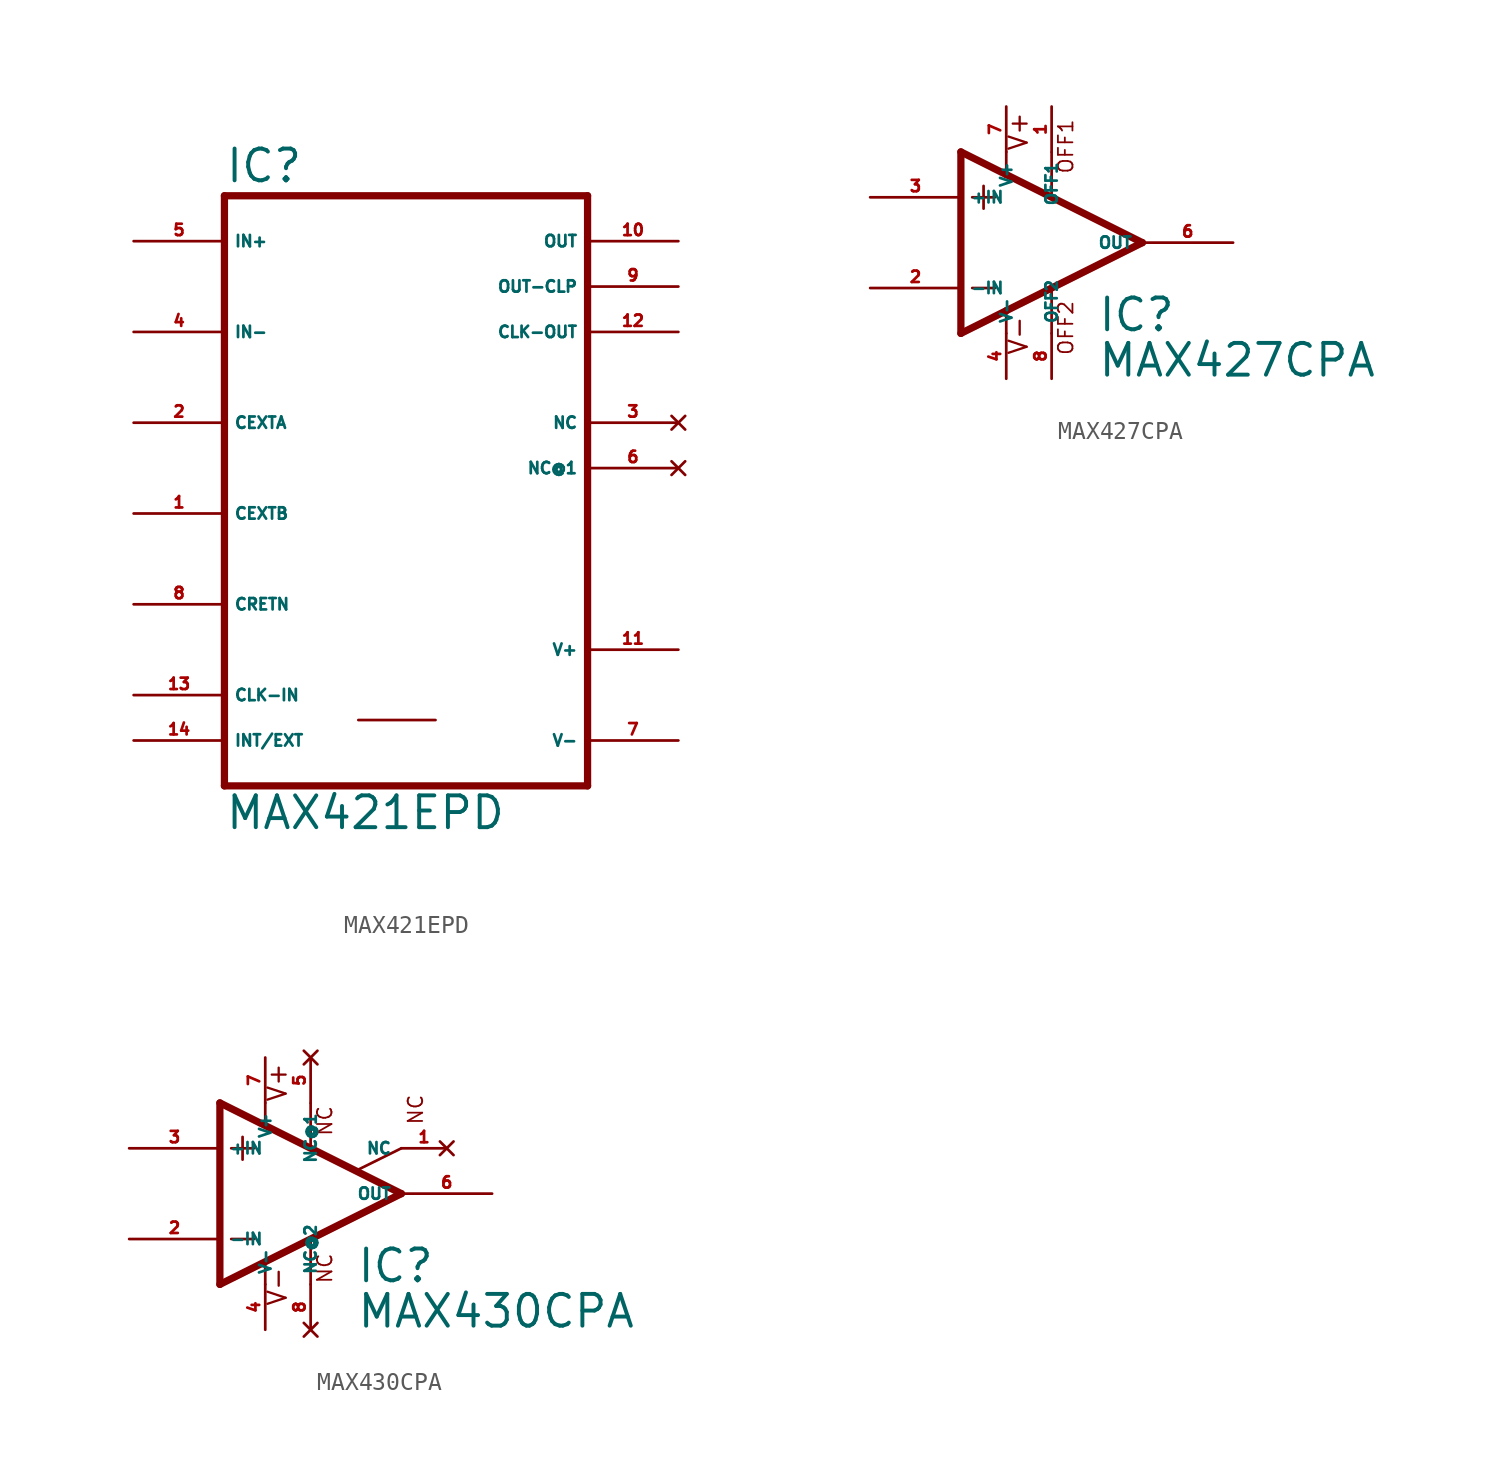
<source format=kicad_sym>
(kicad_symbol_lib
  (version 20220914)
  (generator Eagle2Kicad)
  (symbol "MAX421EPD"
    (property "Reference" "IC"
      (at -10.16 18.415 0)
      (effects (font (size 1.778 1.778) (thickness 0.22)) (justify left bottom)))
    (property "Value" "MAX421EPD"
      (at -10.16 -17.78 0)
      (effects (font (size 1.778 1.778) (thickness 0.22)) (justify left bottom)))
    (polyline
      (pts (xy -10.16 -15.24) (xy 10.16 -15.24))
      (stroke (width 0.406) (type default))
      (fill (type none)))
    (polyline
      (pts (xy 10.16 17.78) (xy 10.16 -15.24))
      (stroke (width 0.406) (type default))
      (fill (type none)))
    (polyline
      (pts (xy 10.16 17.78) (xy -10.16 17.78))
      (stroke (width 0.406) (type default))
      (fill (type none)))
    (polyline
      (pts (xy -10.16 -15.24) (xy -10.16 17.78))
      (stroke (width 0.406) (type default))
      (fill (type none)))
    (polyline
      (pts (xy -2.667 -11.557) (xy 1.651 -11.557))
      (stroke (width 0.152) (type default))
      (fill (type none)))
    (pin input line
      (at -15.24 15.24 0)
      (length 5.08)
      (name "IN+" (effects (font (size 0.635 0.635) (thickness 0.08)) (justify left bottom)))
      (number "5" (effects (font (size 0.635 0.635) (thickness 0.08)) (justify left bottom))))
    (pin input line
      (at -15.24 10.16 0)
      (length 5.08)
      (name "IN-" (effects (font (size 0.635 0.635) (thickness 0.08)) (justify left bottom)))
      (number "4" (effects (font (size 0.635 0.635) (thickness 0.08)) (justify left bottom))))
    (pin passive line
      (at -15.24 5.08 0)
      (length 5.08)
      (name "CEXTA" (effects (font (size 0.635 0.635) (thickness 0.08)) (justify left bottom)))
      (number "2" (effects (font (size 0.635 0.635) (thickness 0.08)) (justify left bottom))))
    (pin passive line
      (at -15.24 0 0)
      (length 5.08)
      (name "CEXTB" (effects (font (size 0.635 0.635) (thickness 0.08)) (justify left bottom)))
      (number "1" (effects (font (size 0.635 0.635) (thickness 0.08)) (justify left bottom))))
    (pin passive line
      (at -15.24 -5.08 0)
      (length 5.08)
      (name "CRETN" (effects (font (size 0.635 0.635) (thickness 0.08)) (justify left bottom)))
      (number "8" (effects (font (size 0.635 0.635) (thickness 0.08)) (justify left bottom))))
    (pin input line
      (at -15.24 -10.16 0)
      (length 5.08)
      (name "CLK-IN" (effects (font (size 0.635 0.635) (thickness 0.08)) (justify left bottom)))
      (number "13" (effects (font (size 0.635 0.635) (thickness 0.08)) (justify left bottom))))
    (pin input line
      (at -15.24 -12.7 0)
      (length 5.08)
      (name "INT/EXT" (effects (font (size 0.635 0.635) (thickness 0.08)) (justify left bottom)))
      (number "14" (effects (font (size 0.635 0.635) (thickness 0.08)) (justify left bottom))))
    (pin unspecified line
      (at 15.24 -12.7 180)
      (length 5.08)
      (name "V-" (effects (font (size 0.635 0.635) (thickness 0.08)) (justify left bottom)))
      (number "7" (effects (font (size 0.635 0.635) (thickness 0.08)) (justify left bottom))))
    (pin unspecified line
      (at 15.24 -7.62 180)
      (length 5.08)
      (name "V+" (effects (font (size 0.635 0.635) (thickness 0.08)) (justify left bottom)))
      (number "11" (effects (font (size 0.635 0.635) (thickness 0.08)) (justify left bottom))))
    (pin no_connect line
      (at 15.24 2.54 180)
      (length 5.08)
      (name "NC@1" (effects (font (size 0.635 0.635) (thickness 0.08)) (justify left bottom) hide))
      (number "6" (effects (font (size 0.635 0.635) (thickness 0.08)) (justify left bottom) hide)))
    (pin no_connect line
      (at 15.24 5.08 180)
      (length 5.08)
      (name "NC" (effects (font (size 0.635 0.635) (thickness 0.08)) (justify left bottom) hide))
      (number "3" (effects (font (size 0.635 0.635) (thickness 0.08)) (justify left bottom) hide)))
    (pin output line
      (at 15.24 10.16 180)
      (length 5.08)
      (name "CLK-OUT" (effects (font (size 0.635 0.635) (thickness 0.08)) (justify left bottom)))
      (number "12" (effects (font (size 0.635 0.635) (thickness 0.08)) (justify left bottom))))
    (pin output line
      (at 15.24 12.7 180)
      (length 5.08)
      (name "OUT-CLP" (effects (font (size 0.635 0.635) (thickness 0.08)) (justify left bottom)))
      (number "9" (effects (font (size 0.635 0.635) (thickness 0.08)) (justify left bottom))))
    (pin output line
      (at 15.24 15.24 180)
      (length 5.08)
      (name "OUT" (effects (font (size 0.635 0.635) (thickness 0.08)) (justify left bottom)))
      (number "10" (effects (font (size 0.635 0.635) (thickness 0.08)) (justify left bottom)))))
  (symbol "MAX427CPA"
    (property "Reference" "IC"
      (at 2.54 -5.08 0)
      (effects (font (size 1.778 1.778) (thickness 0.22)) (justify left bottom)))
    (property "Value" "MAX427CPA"
      (at 2.54 -7.62 0)
      (effects (font (size 1.778 1.778) (thickness 0.22)) (justify left bottom)))
    (polyline
      (pts (xy -3.81 3.175) (xy -3.81 1.905))
      (stroke (width 0.152) (type default))
      (fill (type none)))
    (polyline
      (pts (xy -4.445 2.54) (xy -3.175 2.54))
      (stroke (width 0.152) (type default))
      (fill (type none)))
    (polyline
      (pts (xy -4.445 -2.54) (xy -3.175 -2.54))
      (stroke (width 0.152) (type default))
      (fill (type none)))
    (polyline
      (pts (xy 0 5.055) (xy 0 2.616))
      (stroke (width 0.152) (type default))
      (fill (type none)))
    (polyline
      (pts (xy 0 -2.616) (xy 0 -5.08))
      (stroke (width 0.152) (type default))
      (fill (type none)))
    (polyline
      (pts (xy 5.08 0) (xy -2.54 3.81))
      (stroke (width 0.406) (type default))
      (fill (type none)))
    (polyline
      (pts (xy -2.54 3.81) (xy -5.08 5.08))
      (stroke (width 0.406) (type default))
      (fill (type none)))
    (polyline
      (pts (xy -5.08 5.08) (xy -5.08 -5.08))
      (stroke (width 0.406) (type default))
      (fill (type none)))
    (polyline
      (pts (xy -5.08 -5.08) (xy -2.54 -3.81))
      (stroke (width 0.406) (type default))
      (fill (type none)))
    (polyline
      (pts (xy -2.54 -3.81) (xy 5.08 0))
      (stroke (width 0.406) (type default))
      (fill (type none)))
    (polyline
      (pts (xy -2.54 -5.08) (xy -2.54 -3.81))
      (stroke (width 0.152) (type default))
      (fill (type none)))
    (polyline
      (pts (xy -2.54 3.81) (xy -2.54 5.08))
      (stroke (width 0.152) (type default))
      (fill (type none)))
    (text "OFF1"
      (at 1.27 3.81 900)
      (effects (font (size 0.813 0.813) (thickness 0.10)) (justify left bottom)))
    (text "OFF2"
      (at 1.27 -6.35 900)
      (effects (font (size 0.813 0.813) (thickness 0.10)) (justify left bottom)))
    (text "V+"
      (at -1.27 5.08 900)
      (effects (font (size 1.016 1.016) (thickness 0.13)) (justify left bottom)))
    (text "V-"
      (at -1.27 -6.35 900)
      (effects (font (size 1.016 1.016) (thickness 0.13)) (justify left bottom)))
    (pin passive line
      (at 0 7.62 270)
      (length 2.54)
      (name "OFF1" (effects (font (size 0.635 0.635) (thickness 0.08)) (justify left bottom)))
      (number "1" (effects (font (size 0.635 0.635) (thickness 0.08)) (justify left bottom))))
    (pin input line
      (at -10.16 -2.54 0)
      (length 5.08)
      (name "-IN" (effects (font (size 0.635 0.635) (thickness 0.08)) (justify left bottom)))
      (number "2" (effects (font (size 0.635 0.635) (thickness 0.08)) (justify left bottom))))
    (pin input line
      (at -10.16 2.54 0)
      (length 5.08)
      (name "+IN" (effects (font (size 0.635 0.635) (thickness 0.08)) (justify left bottom)))
      (number "3" (effects (font (size 0.635 0.635) (thickness 0.08)) (justify left bottom))))
    (pin output line
      (at 10.16 0 180)
      (length 5.08)
      (name "OUT" (effects (font (size 0.635 0.635) (thickness 0.08)) (justify left bottom)))
      (number "6" (effects (font (size 0.635 0.635) (thickness 0.08)) (justify left bottom))))
    (pin passive line
      (at 0 -7.62 90)
      (length 2.54)
      (name "OFF2" (effects (font (size 0.635 0.635) (thickness 0.08)) (justify left bottom)))
      (number "8" (effects (font (size 0.635 0.635) (thickness 0.08)) (justify left bottom))))
    (pin unspecified line
      (at -2.54 7.62 270)
      (length 2.54)
      (name "V+" (effects (font (size 0.635 0.635) (thickness 0.08)) (justify left bottom)))
      (number "7" (effects (font (size 0.635 0.635) (thickness 0.08)) (justify left bottom))))
    (pin unspecified line
      (at -2.54 -7.62 90)
      (length 2.54)
      (name "V-" (effects (font (size 0.635 0.635) (thickness 0.08)) (justify left bottom)))
      (number "4" (effects (font (size 0.635 0.635) (thickness 0.08)) (justify left bottom)))))
  (symbol "MAX430CPA"
    (property "Reference" "IC"
      (at 5.08 -5.08 0)
      (effects (font (size 1.778 1.778) (thickness 0.22)) (justify left bottom)))
    (property "Value" "MAX430CPA"
      (at 5.08 -7.62 0)
      (effects (font (size 1.778 1.778) (thickness 0.22)) (justify left bottom)))
    (polyline
      (pts (xy -1.27 3.175) (xy -1.27 1.905))
      (stroke (width 0.152) (type default))
      (fill (type none)))
    (polyline
      (pts (xy -1.905 2.54) (xy -0.635 2.54))
      (stroke (width 0.152) (type default))
      (fill (type none)))
    (polyline
      (pts (xy -1.905 -2.54) (xy -0.635 -2.54))
      (stroke (width 0.152) (type default))
      (fill (type none)))
    (polyline
      (pts (xy 0 5.08) (xy 0 3.886))
      (stroke (width 0.152) (type default))
      (fill (type none)))
    (polyline
      (pts (xy 2.54 5.055) (xy 2.54 2.616))
      (stroke (width 0.152) (type default))
      (fill (type none)))
    (polyline
      (pts (xy 2.54 -2.616) (xy 2.54 -5.08))
      (stroke (width 0.152) (type default))
      (fill (type none)))
    (polyline
      (pts (xy 0 -3.912) (xy 0 -5.08))
      (stroke (width 0.152) (type default))
      (fill (type none)))
    (polyline
      (pts (xy 7.62 2.54) (xy 5.156 1.321))
      (stroke (width 0.152) (type default))
      (fill (type none)))
    (polyline
      (pts (xy 7.62 0) (xy -2.54 5.08))
      (stroke (width 0.406) (type default))
      (fill (type none)))
    (polyline
      (pts (xy -2.54 5.08) (xy -2.54 -5.08))
      (stroke (width 0.406) (type default))
      (fill (type none)))
    (polyline
      (pts (xy -2.54 -5.08) (xy 7.62 0))
      (stroke (width 0.406) (type default))
      (fill (type none)))
    (text "NC"
      (at 3.81 3.175 900)
      (effects (font (size 0.813 0.813) (thickness 0.10)) (justify left bottom)))
    (text "NC"
      (at 3.81 -5.08 900)
      (effects (font (size 0.813 0.813) (thickness 0.10)) (justify left bottom)))
    (text "NC"
      (at 8.89 3.81 1800)
      (effects (font (size 0.813 0.813) (thickness 0.10)) (justify left bottom)))
    (text "V+"
      (at 1.27 5.08 900)
      (effects (font (size 1.016 1.016) (thickness 0.13)) (justify left bottom)))
    (text "V-"
      (at 1.27 -6.35 900)
      (effects (font (size 1.016 1.016) (thickness 0.13)) (justify left bottom)))
    (pin no_connect line
      (at 10.16 2.54 180)
      (length 2.54)
      (name "NC" (effects (font (size 0.635 0.635) (thickness 0.08)) (justify left bottom) hide))
      (number "1" (effects (font (size 0.635 0.635) (thickness 0.08)) (justify left bottom) hide)))
    (pin no_connect line
      (at 2.54 7.62 270)
      (length 2.54)
      (name "NC@1" (effects (font (size 0.635 0.635) (thickness 0.08)) (justify left bottom) hide))
      (number "5" (effects (font (size 0.635 0.635) (thickness 0.08)) (justify left bottom) hide)))
    (pin input line
      (at -7.62 -2.54 0)
      (length 5.08)
      (name "-IN" (effects (font (size 0.635 0.635) (thickness 0.08)) (justify left bottom)))
      (number "2" (effects (font (size 0.635 0.635) (thickness 0.08)) (justify left bottom))))
    (pin input line
      (at -7.62 2.54 0)
      (length 5.08)
      (name "+IN" (effects (font (size 0.635 0.635) (thickness 0.08)) (justify left bottom)))
      (number "3" (effects (font (size 0.635 0.635) (thickness 0.08)) (justify left bottom))))
    (pin output line
      (at 12.7 0 180)
      (length 5.08)
      (name "OUT" (effects (font (size 0.635 0.635) (thickness 0.08)) (justify left bottom)))
      (number "6" (effects (font (size 0.635 0.635) (thickness 0.08)) (justify left bottom))))
    (pin no_connect line
      (at 2.54 -7.62 90)
      (length 2.54)
      (name "NC@2" (effects (font (size 0.635 0.635) (thickness 0.08)) (justify left bottom) hide))
      (number "8" (effects (font (size 0.635 0.635) (thickness 0.08)) (justify left bottom) hide)))
    (pin unspecified line
      (at 0 7.62 270)
      (length 2.54)
      (name "V+" (effects (font (size 0.635 0.635) (thickness 0.08)) (justify left bottom)))
      (number "7" (effects (font (size 0.635 0.635) (thickness 0.08)) (justify left bottom))))
    (pin unspecified line
      (at 0 -7.62 90)
      (length 2.54)
      (name "V-" (effects (font (size 0.635 0.635) (thickness 0.08)) (justify left bottom)))
      (number "4" (effects (font (size 0.635 0.635) (thickness 0.08)) (justify left bottom))))))
</source>
